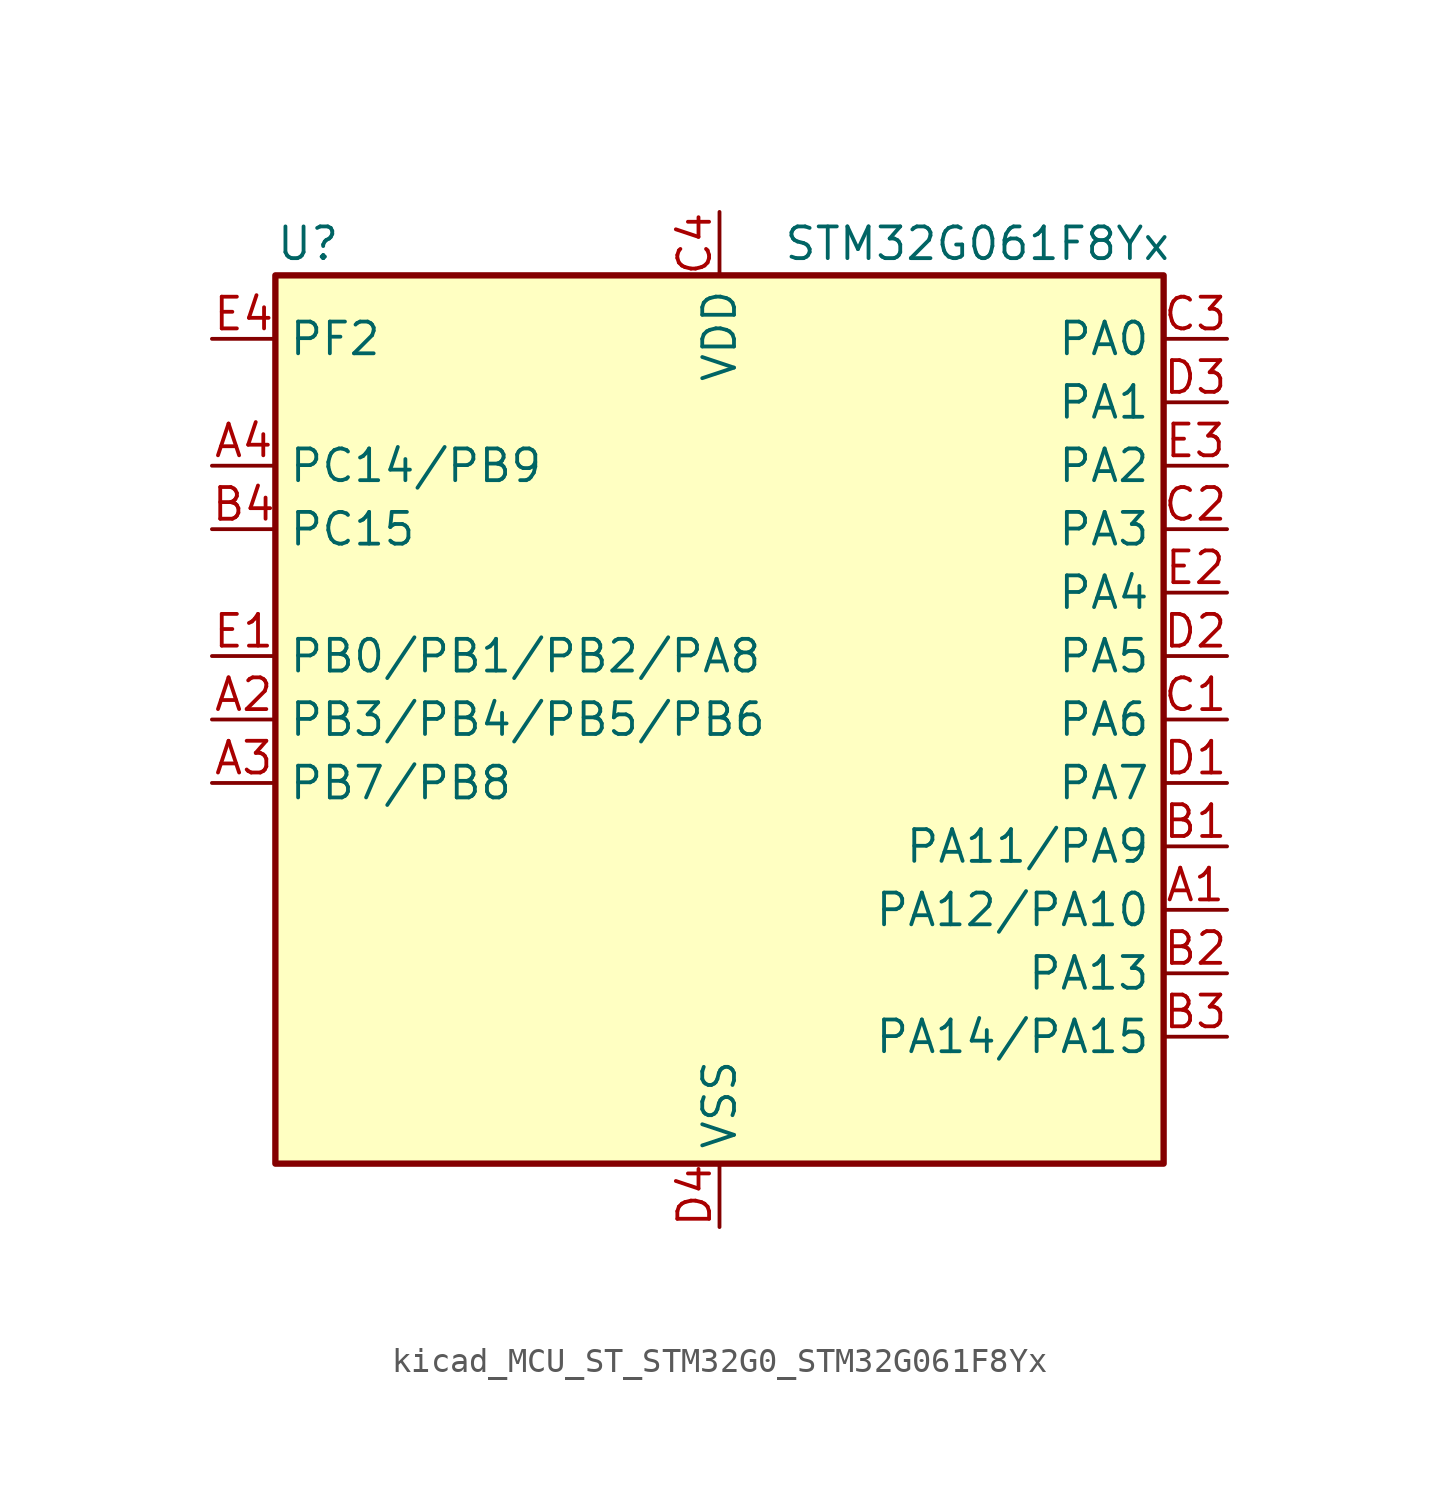
<source format=kicad_sym>
(kicad_symbol_lib
  (version 20220914)
  (generator kicad_symbol_editor)
  (symbol "kicad_MCU_ST_STM32G0_STM32G061F8Yx"
    (property "Reference" "U"
      (at -17.78 19.05 0)
      (effects (font (size 1.27 1.27)) (justify left)))
    (property "Value" "STM32G061F8Yx"
      (at 2.54 19.05 0)
      (effects (font (size 1.27 1.27)) (justify left)))
    (property "ki_locked" ""
      (at 0 0 0)
      (effects (font (size 1.27 1.27))))
    (symbol "kicad_MCU_ST_STM32G0_STM32G061F8Yx_0_1"
      (rectangle (start -17.78 -17.78) (end 17.78 17.78) (stroke (width 0.254) (type default)) (fill (type background))))
    (symbol "kicad_MCU_ST_STM32G0_STM32G061F8Yx_1_1"
      (pin bidirectional line (at 20.32 -7.62 180) (length 2.54) (name "PA12/PA10" (effects (font (size 1.27 1.27)))) (number "A1" (effects (font (size 1.27 1.27)))) (alternate "ADC1_IN16" bidirectional line) (alternate "COMP2_OUT" bidirectional line) (alternate "I2C2_SDA" bidirectional line) (alternate "I2S1_SD" bidirectional line) (alternate "I2S_CKIN" bidirectional line) (alternate "SPI1_MOSI" bidirectional line) (alternate "TIM1_ETR" bidirectional line) (alternate "USART1_CK" bidirectional line) (alternate "USART1_DE" bidirectional line) (alternate "USART1_RTS" bidirectional line))
      (pin bidirectional line (at -20.32 0 0) (length 2.54) (name "PB3/PB4/PB5/PB6" (effects (font (size 1.27 1.27)))) (number "A2" (effects (font (size 1.27 1.27)))) (alternate "COMP2_INM" bidirectional line) (alternate "I2S1_CK" bidirectional line) (alternate "SPI1_SCK" bidirectional line) (alternate "TIM1_CH2" bidirectional line) (alternate "TIM2_CH2" bidirectional line) (alternate "USART1_CK" bidirectional line) (alternate "USART1_DE" bidirectional line) (alternate "USART1_RTS" bidirectional line))
      (pin bidirectional line (at -20.32 -2.54 0) (length 2.54) (name "PB7/PB8" (effects (font (size 1.27 1.27)))) (number "A3" (effects (font (size 1.27 1.27)))) (alternate "ADC1_IN11" bidirectional line) (alternate "COMP2_INM" bidirectional line) (alternate "I2C1_SDA" bidirectional line) (alternate "LPTIM1_IN2" bidirectional line) (alternate "SPI2_MOSI" bidirectional line) (alternate "SYS_PVD_IN" bidirectional line) (alternate "TIM17_CH1N" bidirectional line) (alternate "USART1_RX" bidirectional line))
      (pin bidirectional line (at -20.32 10.16 0) (length 2.54) (name "PC14/PB9" (effects (font (size 1.27 1.27)))) (number "A4" (effects (font (size 1.27 1.27)))) (alternate "RCC_OSC32_IN" bidirectional line) (alternate "RCC_OSC_IN" bidirectional line) (alternate "TIM1_BK2" bidirectional line))
      (pin bidirectional line (at 20.32 -5.08 180) (length 2.54) (name "PA11/PA9" (effects (font (size 1.27 1.27)))) (number "B1" (effects (font (size 1.27 1.27)))) (alternate "ADC1_EXTI11" bidirectional line) (alternate "ADC1_IN15" bidirectional line) (alternate "COMP1_OUT" bidirectional line) (alternate "I2C2_SCL" bidirectional line) (alternate "I2S1_MCK" bidirectional line) (alternate "SPI1_MISO" bidirectional line) (alternate "TIM1_BK2" bidirectional line) (alternate "TIM1_CH4" bidirectional line) (alternate "USART1_CTS" bidirectional line) (alternate "USART1_NSS" bidirectional line))
      (pin bidirectional line (at 20.32 -10.16 180) (length 2.54) (name "PA13" (effects (font (size 1.27 1.27)))) (number "B2" (effects (font (size 1.27 1.27)))) (alternate "ADC1_IN17" bidirectional line) (alternate "IR_OUT" bidirectional line) (alternate "SYS_SWDIO" bidirectional line))
      (pin bidirectional line (at 20.32 -12.7 180) (length 2.54) (name "PA14/PA15" (effects (font (size 1.27 1.27)))) (number "B3" (effects (font (size 1.27 1.27)))) (alternate "ADC1_IN18" bidirectional line) (alternate "SYS_SWCLK" bidirectional line) (alternate "USART2_TX" bidirectional line))
      (pin bidirectional line (at -20.32 7.62 0) (length 2.54) (name "PC15" (effects (font (size 1.27 1.27)))) (number "B4" (effects (font (size 1.27 1.27)))) (alternate "RCC_OSC32_EN" bidirectional line) (alternate "RCC_OSC32_OUT" bidirectional line) (alternate "RCC_OSC_EN" bidirectional line) (alternate "TIM15_BK" bidirectional line))
      (pin bidirectional line (at 20.32 0 180) (length 2.54) (name "PA6" (effects (font (size 1.27 1.27)))) (number "C1" (effects (font (size 1.27 1.27)))) (alternate "ADC1_IN6" bidirectional line) (alternate "COMP1_OUT" bidirectional line) (alternate "I2S1_MCK" bidirectional line) (alternate "LPUART1_CTS" bidirectional line) (alternate "SPI1_MISO" bidirectional line) (alternate "TIM16_CH1" bidirectional line) (alternate "TIM1_BK" bidirectional line) (alternate "TIM3_CH1" bidirectional line))
      (pin bidirectional line (at 20.32 7.62 180) (length 2.54) (name "PA3" (effects (font (size 1.27 1.27)))) (number "C2" (effects (font (size 1.27 1.27)))) (alternate "ADC1_IN3" bidirectional line) (alternate "COMP2_INP" bidirectional line) (alternate "LPUART1_RX" bidirectional line) (alternate "SPI2_MISO" bidirectional line) (alternate "TIM15_CH2" bidirectional line) (alternate "TIM2_CH4" bidirectional line) (alternate "USART2_RX" bidirectional line))
      (pin bidirectional line (at 20.32 15.24 180) (length 2.54) (name "PA0" (effects (font (size 1.27 1.27)))) (number "C3" (effects (font (size 1.27 1.27)))) (alternate "ADC1_IN0" bidirectional line) (alternate "COMP1_INM" bidirectional line) (alternate "COMP1_OUT" bidirectional line) (alternate "LPTIM1_OUT" bidirectional line) (alternate "RTC_TAMP_IN2" bidirectional line) (alternate "SPI2_SCK" bidirectional line) (alternate "SYS_WKUP1" bidirectional line) (alternate "TIM2_CH1" bidirectional line) (alternate "TIM2_ETR" bidirectional line) (alternate "USART2_CTS" bidirectional line) (alternate "USART2_NSS" bidirectional line))
      (pin power_in line (at 0 20.32 270) (length 2.54) (name "VDD" (effects (font (size 1.27 1.27)))) (number "C4" (effects (font (size 1.27 1.27)))))
      (pin bidirectional line (at 20.32 -2.54 180) (length 2.54) (name "PA7" (effects (font (size 1.27 1.27)))) (number "D1" (effects (font (size 1.27 1.27)))) (alternate "ADC1_IN7" bidirectional line) (alternate "COMP2_OUT" bidirectional line) (alternate "I2S1_SD" bidirectional line) (alternate "SPI1_MOSI" bidirectional line) (alternate "TIM14_CH1" bidirectional line) (alternate "TIM17_CH1" bidirectional line) (alternate "TIM1_CH1N" bidirectional line) (alternate "TIM3_CH2" bidirectional line))
      (pin bidirectional line (at 20.32 2.54 180) (length 2.54) (name "PA5" (effects (font (size 1.27 1.27)))) (number "D2" (effects (font (size 1.27 1.27)))) (alternate "ADC1_IN5" bidirectional line) (alternate "DAC1_OUT2" bidirectional line) (alternate "I2S1_CK" bidirectional line) (alternate "LPTIM2_ETR" bidirectional line) (alternate "SPI1_SCK" bidirectional line) (alternate "TIM2_CH1" bidirectional line) (alternate "TIM2_ETR" bidirectional line))
      (pin bidirectional line (at 20.32 12.7 180) (length 2.54) (name "PA1" (effects (font (size 1.27 1.27)))) (number "D3" (effects (font (size 1.27 1.27)))) (alternate "ADC1_IN1" bidirectional line) (alternate "COMP1_INP" bidirectional line) (alternate "I2C1_SMBA" bidirectional line) (alternate "I2S1_CK" bidirectional line) (alternate "SPI1_SCK" bidirectional line) (alternate "TIM15_CH1N" bidirectional line) (alternate "TIM2_CH2" bidirectional line) (alternate "USART2_CK" bidirectional line) (alternate "USART2_DE" bidirectional line) (alternate "USART2_RTS" bidirectional line))
      (pin power_in line (at 0 -20.32 90) (length 2.54) (name "VSS" (effects (font (size 1.27 1.27)))) (number "D4" (effects (font (size 1.27 1.27)))))
      (pin bidirectional line (at -20.32 2.54 0) (length 2.54) (name "PB0/PB1/PB2/PA8" (effects (font (size 1.27 1.27)))) (number "E1" (effects (font (size 1.27 1.27)))) (alternate "ADC1_IN8" bidirectional line) (alternate "COMP1_OUT" bidirectional line) (alternate "I2S1_WS" bidirectional line) (alternate "LPTIM1_OUT" bidirectional line) (alternate "SPI1_NSS" bidirectional line) (alternate "TIM1_CH2N" bidirectional line) (alternate "TIM3_CH3" bidirectional line))
      (pin bidirectional line (at 20.32 5.08 180) (length 2.54) (name "PA4" (effects (font (size 1.27 1.27)))) (number "E2" (effects (font (size 1.27 1.27)))) (alternate "ADC1_IN4" bidirectional line) (alternate "DAC1_OUT1" bidirectional line) (alternate "I2S1_WS" bidirectional line) (alternate "LPTIM2_OUT" bidirectional line) (alternate "RTC_OUT1" bidirectional line) (alternate "RTC_TAMP_IN1" bidirectional line) (alternate "RTC_TS" bidirectional line) (alternate "SPI1_NSS" bidirectional line) (alternate "SPI2_MOSI" bidirectional line) (alternate "SYS_WKUP2" bidirectional line) (alternate "TIM14_CH1" bidirectional line))
      (pin bidirectional line (at 20.32 10.16 180) (length 2.54) (name "PA2" (effects (font (size 1.27 1.27)))) (number "E3" (effects (font (size 1.27 1.27)))) (alternate "ADC1_IN2" bidirectional line) (alternate "COMP2_INM" bidirectional line) (alternate "COMP2_OUT" bidirectional line) (alternate "I2S1_SD" bidirectional line) (alternate "LPUART1_TX" bidirectional line) (alternate "RCC_LSCO" bidirectional line) (alternate "SPI1_MOSI" bidirectional line) (alternate "SYS_WKUP4" bidirectional line) (alternate "TIM15_CH1" bidirectional line) (alternate "TIM2_CH3" bidirectional line) (alternate "USART2_TX" bidirectional line))
      (pin bidirectional line (at -20.32 15.24 0) (length 2.54) (name "PF2" (effects (font (size 1.27 1.27)))) (number "E4" (effects (font (size 1.27 1.27)))) (alternate "RCC_MCO" bidirectional line)))))
</source>
